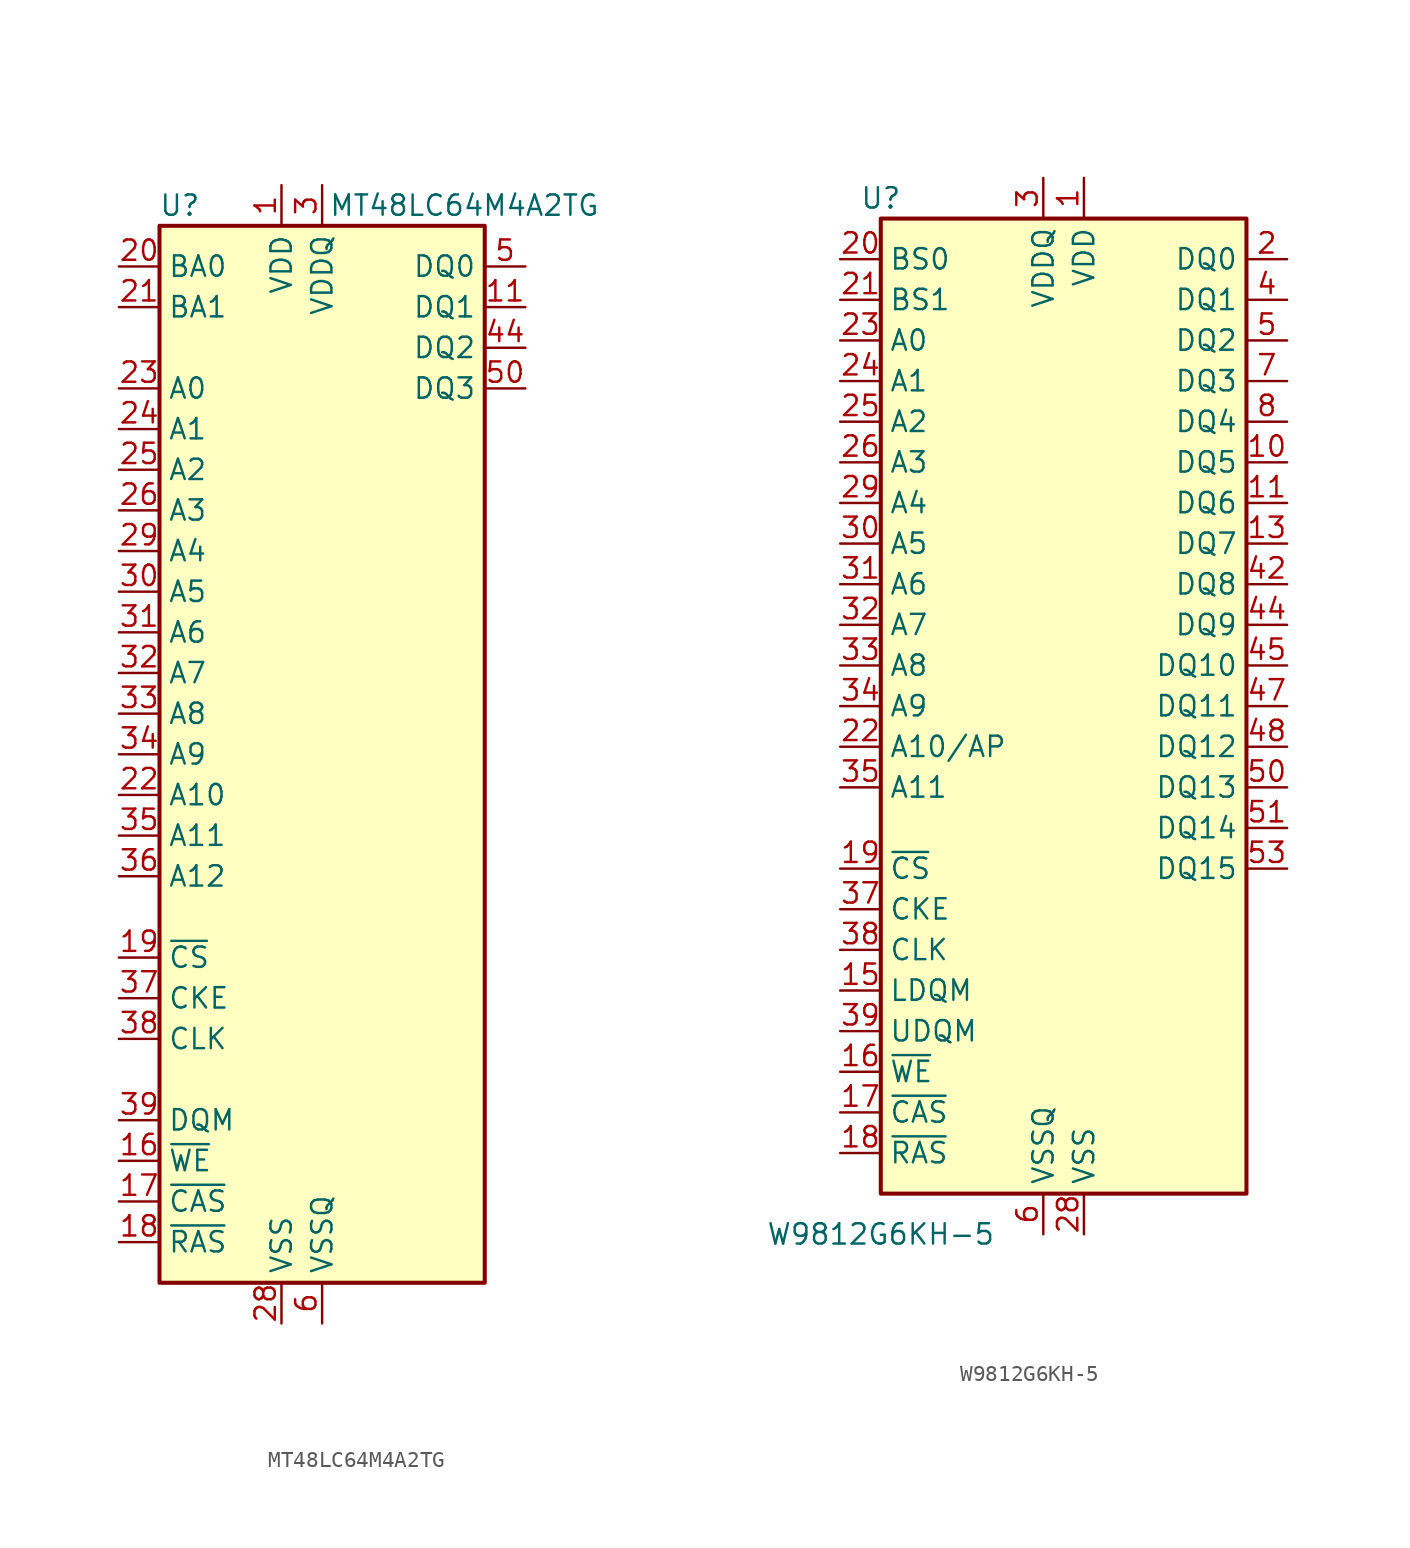
<source format=kicad_sym>
(kicad_symbol_lib
  (version 20201005)
  (generator kicad_symbol_editor)
  (symbol "MT48LC64M4A2TG"
    (property "Reference" "U"
      (at -8.89 34.29 0)
      (effects (font (size 1.27 1.27))))
    (property "Value" "MT48LC64M4A2TG"
      (at 8.89 34.29 0)
      (effects (font (size 1.27 1.27))))
    (symbol "MT48LC64M4A2TG_0_1"
      (rectangle (start -10.16 33.02) (end 10.16 -33.02) (stroke (width 0.254)) (fill (type background))))
    (symbol "MT48LC64M4A2TG_1_1"
      (pin power_in line (at -2.54 35.56 270) (length 2.54) (name "VDD" (effects (font (size 1.27 1.27)))) (number "1" (effects (font (size 1.27 1.27)))))
      (pin no_connect line (at 10.16 2.54 180) (length 2.54) hide (name "NC" (effects (font (size 1.27 1.27)))) (number "10" (effects (font (size 1.27 1.27)))))
      (pin bidirectional line (at 12.7 27.94 180) (length 2.54) (name "DQ1" (effects (font (size 1.27 1.27)))) (number "11" (effects (font (size 1.27 1.27)))))
      (pin passive line (at 0 -35.56 90) (length 2.54) hide (name "VSSQ" (effects (font (size 1.27 1.27)))) (number "12" (effects (font (size 1.27 1.27)))))
      (pin no_connect line (at 10.16 7.62 180) (length 2.54) hide (name "NC" (effects (font (size 1.27 1.27)))) (number "13" (effects (font (size 1.27 1.27)))))
      (pin passive line (at -2.54 35.56 270) (length 2.54) hide (name "VDD" (effects (font (size 1.27 1.27)))) (number "14" (effects (font (size 1.27 1.27)))))
      (pin no_connect line (at -10.16 -20.32 0) (length 2.54) hide (name "NC" (effects (font (size 1.27 1.27)))) (number "15" (effects (font (size 1.27 1.27)))))
      (pin input line (at -12.7 -25.4 0) (length 2.54) (name "~WE~" (effects (font (size 1.27 1.27)))) (number "16" (effects (font (size 1.27 1.27)))))
      (pin input line (at -12.7 -27.94 0) (length 2.54) (name "~CAS~" (effects (font (size 1.27 1.27)))) (number "17" (effects (font (size 1.27 1.27)))))
      (pin input line (at -12.7 -30.48 0) (length 2.54) (name "~RAS~" (effects (font (size 1.27 1.27)))) (number "18" (effects (font (size 1.27 1.27)))))
      (pin input line (at -12.7 -12.7 0) (length 2.54) (name "~CS~" (effects (font (size 1.27 1.27)))) (number "19" (effects (font (size 1.27 1.27)))))
      (pin no_connect line (at 10.16 12.7 180) (length 2.54) hide (name "NC" (effects (font (size 1.27 1.27)))) (number "2" (effects (font (size 1.27 1.27)))))
      (pin input line (at -12.7 30.48 0) (length 2.54) (name "BA0" (effects (font (size 1.27 1.27)))) (number "20" (effects (font (size 1.27 1.27)))))
      (pin input line (at -12.7 27.94 0) (length 2.54) (name "BA1" (effects (font (size 1.27 1.27)))) (number "21" (effects (font (size 1.27 1.27)))))
      (pin input line (at -12.7 -2.54 0) (length 2.54) (name "A10" (effects (font (size 1.27 1.27)))) (number "22" (effects (font (size 1.27 1.27)))))
      (pin input line (at -12.7 22.86 0) (length 2.54) (name "A0" (effects (font (size 1.27 1.27)))) (number "23" (effects (font (size 1.27 1.27)))))
      (pin input line (at -12.7 20.32 0) (length 2.54) (name "A1" (effects (font (size 1.27 1.27)))) (number "24" (effects (font (size 1.27 1.27)))))
      (pin input line (at -12.7 17.78 0) (length 2.54) (name "A2" (effects (font (size 1.27 1.27)))) (number "25" (effects (font (size 1.27 1.27)))))
      (pin input line (at -12.7 15.24 0) (length 2.54) (name "A3" (effects (font (size 1.27 1.27)))) (number "26" (effects (font (size 1.27 1.27)))))
      (pin passive line (at -2.54 35.56 270) (length 2.54) hide (name "VDD" (effects (font (size 1.27 1.27)))) (number "27" (effects (font (size 1.27 1.27)))))
      (pin power_in line (at -2.54 -35.56 90) (length 2.54) (name "VSS" (effects (font (size 1.27 1.27)))) (number "28" (effects (font (size 1.27 1.27)))))
      (pin input line (at -12.7 12.7 0) (length 2.54) (name "A4" (effects (font (size 1.27 1.27)))) (number "29" (effects (font (size 1.27 1.27)))))
      (pin power_in line (at 0 35.56 270) (length 2.54) (name "VDDQ" (effects (font (size 1.27 1.27)))) (number "3" (effects (font (size 1.27 1.27)))))
      (pin input line (at -12.7 10.16 0) (length 2.54) (name "A5" (effects (font (size 1.27 1.27)))) (number "30" (effects (font (size 1.27 1.27)))))
      (pin input line (at -12.7 7.62 0) (length 2.54) (name "A6" (effects (font (size 1.27 1.27)))) (number "31" (effects (font (size 1.27 1.27)))))
      (pin input line (at -12.7 5.08 0) (length 2.54) (name "A7" (effects (font (size 1.27 1.27)))) (number "32" (effects (font (size 1.27 1.27)))))
      (pin input line (at -12.7 2.54 0) (length 2.54) (name "A8" (effects (font (size 1.27 1.27)))) (number "33" (effects (font (size 1.27 1.27)))))
      (pin input line (at -12.7 0 0) (length 2.54) (name "A9" (effects (font (size 1.27 1.27)))) (number "34" (effects (font (size 1.27 1.27)))))
      (pin input line (at -12.7 -5.08 0) (length 2.54) (name "A11" (effects (font (size 1.27 1.27)))) (number "35" (effects (font (size 1.27 1.27)))))
      (pin input line (at -12.7 -7.62 0) (length 2.54) (name "A12" (effects (font (size 1.27 1.27)))) (number "36" (effects (font (size 1.27 1.27)))))
      (pin input line (at -12.7 -15.24 0) (length 2.54) (name "CKE" (effects (font (size 1.27 1.27)))) (number "37" (effects (font (size 1.27 1.27)))))
      (pin input line (at -12.7 -17.78 0) (length 2.54) (name "CLK" (effects (font (size 1.27 1.27)))) (number "38" (effects (font (size 1.27 1.27)))))
      (pin input line (at -12.7 -22.86 0) (length 2.54) (name "DQM" (effects (font (size 1.27 1.27)))) (number "39" (effects (font (size 1.27 1.27)))))
      (pin no_connect line (at 10.16 -7.62 180) (length 2.54) hide (name "NC" (effects (font (size 1.27 1.27)))) (number "4" (effects (font (size 1.27 1.27)))))
      (pin no_connect line (at 10.16 -20.32 180) (length 2.54) hide (name "NC" (effects (font (size 1.27 1.27)))) (number "40" (effects (font (size 1.27 1.27)))))
      (pin passive line (at -2.54 -35.56 90) (length 2.54) hide (name "VSS" (effects (font (size 1.27 1.27)))) (number "41" (effects (font (size 1.27 1.27)))))
      (pin no_connect line (at 10.16 10.16 180) (length 2.54) hide (name "NC" (effects (font (size 1.27 1.27)))) (number "42" (effects (font (size 1.27 1.27)))))
      (pin passive line (at 0 35.56 270) (length 2.54) hide (name "VDDQ" (effects (font (size 1.27 1.27)))) (number "43" (effects (font (size 1.27 1.27)))))
      (pin bidirectional line (at 12.7 25.4 180) (length 2.54) (name "DQ2" (effects (font (size 1.27 1.27)))) (number "44" (effects (font (size 1.27 1.27)))))
      (pin no_connect line (at 10.16 5.08 180) (length 2.54) hide (name "NC" (effects (font (size 1.27 1.27)))) (number "45" (effects (font (size 1.27 1.27)))))
      (pin passive line (at 0 -35.56 90) (length 2.54) hide (name "VSSQ" (effects (font (size 1.27 1.27)))) (number "46" (effects (font (size 1.27 1.27)))))
      (pin no_connect line (at 10.16 17.78 180) (length 2.54) hide (name "NC" (effects (font (size 1.27 1.27)))) (number "47" (effects (font (size 1.27 1.27)))))
      (pin no_connect line (at 10.16 0 180) (length 2.54) hide (name "NC" (effects (font (size 1.27 1.27)))) (number "48" (effects (font (size 1.27 1.27)))))
      (pin passive line (at 0 35.56 270) (length 2.54) hide (name "VDDQ" (effects (font (size 1.27 1.27)))) (number "49" (effects (font (size 1.27 1.27)))))
      (pin bidirectional line (at 12.7 30.48 180) (length 2.54) (name "DQ0" (effects (font (size 1.27 1.27)))) (number "5" (effects (font (size 1.27 1.27)))))
      (pin bidirectional line (at 12.7 22.86 180) (length 2.54) (name "DQ3" (effects (font (size 1.27 1.27)))) (number "50" (effects (font (size 1.27 1.27)))))
      (pin no_connect line (at 10.16 -5.08 180) (length 2.54) hide (name "NC" (effects (font (size 1.27 1.27)))) (number "51" (effects (font (size 1.27 1.27)))))
      (pin passive line (at 0 -35.56 90) (length 2.54) hide (name "VSSQ" (effects (font (size 1.27 1.27)))) (number "52" (effects (font (size 1.27 1.27)))))
      (pin no_connect line (at 10.16 20.32 180) (length 2.54) hide (name "NC" (effects (font (size 1.27 1.27)))) (number "53" (effects (font (size 1.27 1.27)))))
      (pin passive line (at -2.54 -35.56 90) (length 2.54) hide (name "VSS" (effects (font (size 1.27 1.27)))) (number "54" (effects (font (size 1.27 1.27)))))
      (pin power_in line (at 0 -35.56 90) (length 2.54) (name "VSSQ" (effects (font (size 1.27 1.27)))) (number "6" (effects (font (size 1.27 1.27)))))
      (pin no_connect line (at 10.16 -2.54 180) (length 2.54) hide (name "NC" (effects (font (size 1.27 1.27)))) (number "7" (effects (font (size 1.27 1.27)))))
      (pin no_connect line (at 10.16 15.24 180) (length 2.54) hide (name "NC" (effects (font (size 1.27 1.27)))) (number "8" (effects (font (size 1.27 1.27)))))
      (pin passive line (at 0 35.56 270) (length 2.54) hide (name "VDDQ" (effects (font (size 1.27 1.27)))) (number "9" (effects (font (size 1.27 1.27)))))))
  (symbol "W9812G6KH-5"
    (property "Reference" "U"
      (at -10.16 31.75 0)
      (effects (font (size 1.27 1.27))))
    (property "Value" "W9812G6KH-5"
      (at -10.16 -33.02 0)
      (effects (font (size 1.27 1.27))))
    (symbol "W9812G6KH-5_1_1"
      (rectangle (start -10.16 30.48) (end 12.7 -30.48) (stroke (width 0.254)) (fill (type background)))
      (pin power_in line (at 2.54 33.02 270) (length 2.54) (name "VDD" (effects (font (size 1.27 1.27)))) (number "1" (effects (font (size 1.27 1.27)))))
      (pin bidirectional line (at 15.24 15.24 180) (length 2.54) (name "DQ5" (effects (font (size 1.27 1.27)))) (number "10" (effects (font (size 1.27 1.27)))))
      (pin bidirectional line (at 15.24 12.7 180) (length 2.54) (name "DQ6" (effects (font (size 1.27 1.27)))) (number "11" (effects (font (size 1.27 1.27)))))
      (pin passive line (at 0 -33.02 90) (length 2.54) hide (name "VSSQ" (effects (font (size 1.27 1.27)))) (number "12" (effects (font (size 1.27 1.27)))))
      (pin bidirectional line (at 15.24 10.16 180) (length 2.54) (name "DQ7" (effects (font (size 1.27 1.27)))) (number "13" (effects (font (size 1.27 1.27)))))
      (pin passive line (at 2.54 33.02 270) (length 2.54) hide (name "VDD" (effects (font (size 1.27 1.27)))) (number "14" (effects (font (size 1.27 1.27)))))
      (pin input line (at -12.7 -17.78 0) (length 2.54) (name "LDQM" (effects (font (size 1.27 1.27)))) (number "15" (effects (font (size 1.27 1.27)))))
      (pin input line (at -12.7 -22.86 0) (length 2.54) (name "~WE" (effects (font (size 1.27 1.27)))) (number "16" (effects (font (size 1.27 1.27)))))
      (pin input line (at -12.7 -25.4 0) (length 2.54) (name "~CAS" (effects (font (size 1.27 1.27)))) (number "17" (effects (font (size 1.27 1.27)))))
      (pin input line (at -12.7 -27.94 0) (length 2.54) (name "~RAS" (effects (font (size 1.27 1.27)))) (number "18" (effects (font (size 1.27 1.27)))))
      (pin input line (at -12.7 -10.16 0) (length 2.54) (name "~CS" (effects (font (size 1.27 1.27)))) (number "19" (effects (font (size 1.27 1.27)))))
      (pin bidirectional line (at 15.24 27.94 180) (length 2.54) (name "DQ0" (effects (font (size 1.27 1.27)))) (number "2" (effects (font (size 1.27 1.27)))))
      (pin input line (at -12.7 27.94 0) (length 2.54) (name "BS0" (effects (font (size 1.27 1.27)))) (number "20" (effects (font (size 1.27 1.27)))))
      (pin input line (at -12.7 25.4 0) (length 2.54) (name "BS1" (effects (font (size 1.27 1.27)))) (number "21" (effects (font (size 1.27 1.27)))))
      (pin input line (at -12.7 -2.54 0) (length 2.54) (name "A10/AP" (effects (font (size 1.27 1.27)))) (number "22" (effects (font (size 1.27 1.27)))))
      (pin input line (at -12.7 22.86 0) (length 2.54) (name "A0" (effects (font (size 1.27 1.27)))) (number "23" (effects (font (size 1.27 1.27)))))
      (pin input line (at -12.7 20.32 0) (length 2.54) (name "A1" (effects (font (size 1.27 1.27)))) (number "24" (effects (font (size 1.27 1.27)))))
      (pin input line (at -12.7 17.78 0) (length 2.54) (name "A2" (effects (font (size 1.27 1.27)))) (number "25" (effects (font (size 1.27 1.27)))))
      (pin input line (at -12.7 15.24 0) (length 2.54) (name "A3" (effects (font (size 1.27 1.27)))) (number "26" (effects (font (size 1.27 1.27)))))
      (pin passive line (at 2.54 33.02 270) (length 2.54) hide (name "VDD" (effects (font (size 1.27 1.27)))) (number "27" (effects (font (size 1.27 1.27)))))
      (pin power_in line (at 2.54 -33.02 90) (length 2.54) (name "VSS" (effects (font (size 1.27 1.27)))) (number "28" (effects (font (size 1.27 1.27)))))
      (pin input line (at -12.7 12.7 0) (length 2.54) (name "A4" (effects (font (size 1.27 1.27)))) (number "29" (effects (font (size 1.27 1.27)))))
      (pin power_in line (at 0 33.02 270) (length 2.54) (name "VDDQ" (effects (font (size 1.27 1.27)))) (number "3" (effects (font (size 1.27 1.27)))))
      (pin input line (at -12.7 10.16 0) (length 2.54) (name "A5" (effects (font (size 1.27 1.27)))) (number "30" (effects (font (size 1.27 1.27)))))
      (pin input line (at -12.7 7.62 0) (length 2.54) (name "A6" (effects (font (size 1.27 1.27)))) (number "31" (effects (font (size 1.27 1.27)))))
      (pin input line (at -12.7 5.08 0) (length 2.54) (name "A7" (effects (font (size 1.27 1.27)))) (number "32" (effects (font (size 1.27 1.27)))))
      (pin input line (at -12.7 2.54 0) (length 2.54) (name "A8" (effects (font (size 1.27 1.27)))) (number "33" (effects (font (size 1.27 1.27)))))
      (pin input line (at -12.7 0 0) (length 2.54) (name "A9" (effects (font (size 1.27 1.27)))) (number "34" (effects (font (size 1.27 1.27)))))
      (pin input line (at -12.7 -5.08 0) (length 2.54) (name "A11" (effects (font (size 1.27 1.27)))) (number "35" (effects (font (size 1.27 1.27)))))
      (pin no_connect line (at 12.7 -15.24 180) (length 2.54) hide (name "NC" (effects (font (size 1.27 1.27)))) (number "36" (effects (font (size 1.27 1.27)))))
      (pin input line (at -12.7 -12.7 0) (length 2.54) (name "CKE" (effects (font (size 1.27 1.27)))) (number "37" (effects (font (size 1.27 1.27)))))
      (pin input line (at -12.7 -15.24 0) (length 2.54) (name "CLK" (effects (font (size 1.27 1.27)))) (number "38" (effects (font (size 1.27 1.27)))))
      (pin input line (at -12.7 -20.32 0) (length 2.54) (name "UDQM" (effects (font (size 1.27 1.27)))) (number "39" (effects (font (size 1.27 1.27)))))
      (pin bidirectional line (at 15.24 25.4 180) (length 2.54) (name "DQ1" (effects (font (size 1.27 1.27)))) (number "4" (effects (font (size 1.27 1.27)))))
      (pin no_connect line (at 12.7 -17.78 180) (length 2.54) hide (name "NC" (effects (font (size 1.27 1.27)))) (number "40" (effects (font (size 1.27 1.27)))))
      (pin passive line (at 2.54 -33.02 90) (length 2.54) hide (name "VSS" (effects (font (size 1.27 1.27)))) (number "41" (effects (font (size 1.27 1.27)))))
      (pin bidirectional line (at 15.24 7.62 180) (length 2.54) (name "DQ8" (effects (font (size 1.27 1.27)))) (number "42" (effects (font (size 1.27 1.27)))))
      (pin passive line (at 0 33.02 270) (length 2.54) hide (name "VDDQ" (effects (font (size 1.27 1.27)))) (number "43" (effects (font (size 1.27 1.27)))))
      (pin bidirectional line (at 15.24 5.08 180) (length 2.54) (name "DQ9" (effects (font (size 1.27 1.27)))) (number "44" (effects (font (size 1.27 1.27)))))
      (pin bidirectional line (at 15.24 2.54 180) (length 2.54) (name "DQ10" (effects (font (size 1.27 1.27)))) (number "45" (effects (font (size 1.27 1.27)))))
      (pin passive line (at 0 -33.02 90) (length 2.54) hide (name "VSSQ" (effects (font (size 1.27 1.27)))) (number "46" (effects (font (size 1.27 1.27)))))
      (pin bidirectional line (at 15.24 0 180) (length 2.54) (name "DQ11" (effects (font (size 1.27 1.27)))) (number "47" (effects (font (size 1.27 1.27)))))
      (pin bidirectional line (at 15.24 -2.54 180) (length 2.54) (name "DQ12" (effects (font (size 1.27 1.27)))) (number "48" (effects (font (size 1.27 1.27)))))
      (pin passive line (at 0 33.02 270) (length 2.54) hide (name "VDDQ" (effects (font (size 1.27 1.27)))) (number "49" (effects (font (size 1.27 1.27)))))
      (pin bidirectional line (at 15.24 22.86 180) (length 2.54) (name "DQ2" (effects (font (size 1.27 1.27)))) (number "5" (effects (font (size 1.27 1.27)))))
      (pin bidirectional line (at 15.24 -5.08 180) (length 2.54) (name "DQ13" (effects (font (size 1.27 1.27)))) (number "50" (effects (font (size 1.27 1.27)))))
      (pin bidirectional line (at 15.24 -7.62 180) (length 2.54) (name "DQ14" (effects (font (size 1.27 1.27)))) (number "51" (effects (font (size 1.27 1.27)))))
      (pin passive line (at 0 -33.02 90) (length 2.54) hide (name "VSSQ" (effects (font (size 1.27 1.27)))) (number "52" (effects (font (size 1.27 1.27)))))
      (pin bidirectional line (at 15.24 -10.16 180) (length 2.54) (name "DQ15" (effects (font (size 1.27 1.27)))) (number "53" (effects (font (size 1.27 1.27)))))
      (pin passive line (at 2.54 -33.02 90) (length 2.54) hide (name "VSS" (effects (font (size 1.27 1.27)))) (number "54" (effects (font (size 1.27 1.27)))))
      (pin power_in line (at 0 -33.02 90) (length 2.54) (name "VSSQ" (effects (font (size 1.27 1.27)))) (number "6" (effects (font (size 1.27 1.27)))))
      (pin bidirectional line (at 15.24 20.32 180) (length 2.54) (name "DQ3" (effects (font (size 1.27 1.27)))) (number "7" (effects (font (size 1.27 1.27)))))
      (pin bidirectional line (at 15.24 17.78 180) (length 2.54) (name "DQ4" (effects (font (size 1.27 1.27)))) (number "8" (effects (font (size 1.27 1.27)))))
      (pin passive line (at 0 33.02 270) (length 2.54) hide (name "VDDQ" (effects (font (size 1.27 1.27)))) (number "9" (effects (font (size 1.27 1.27))))))))
</source>
